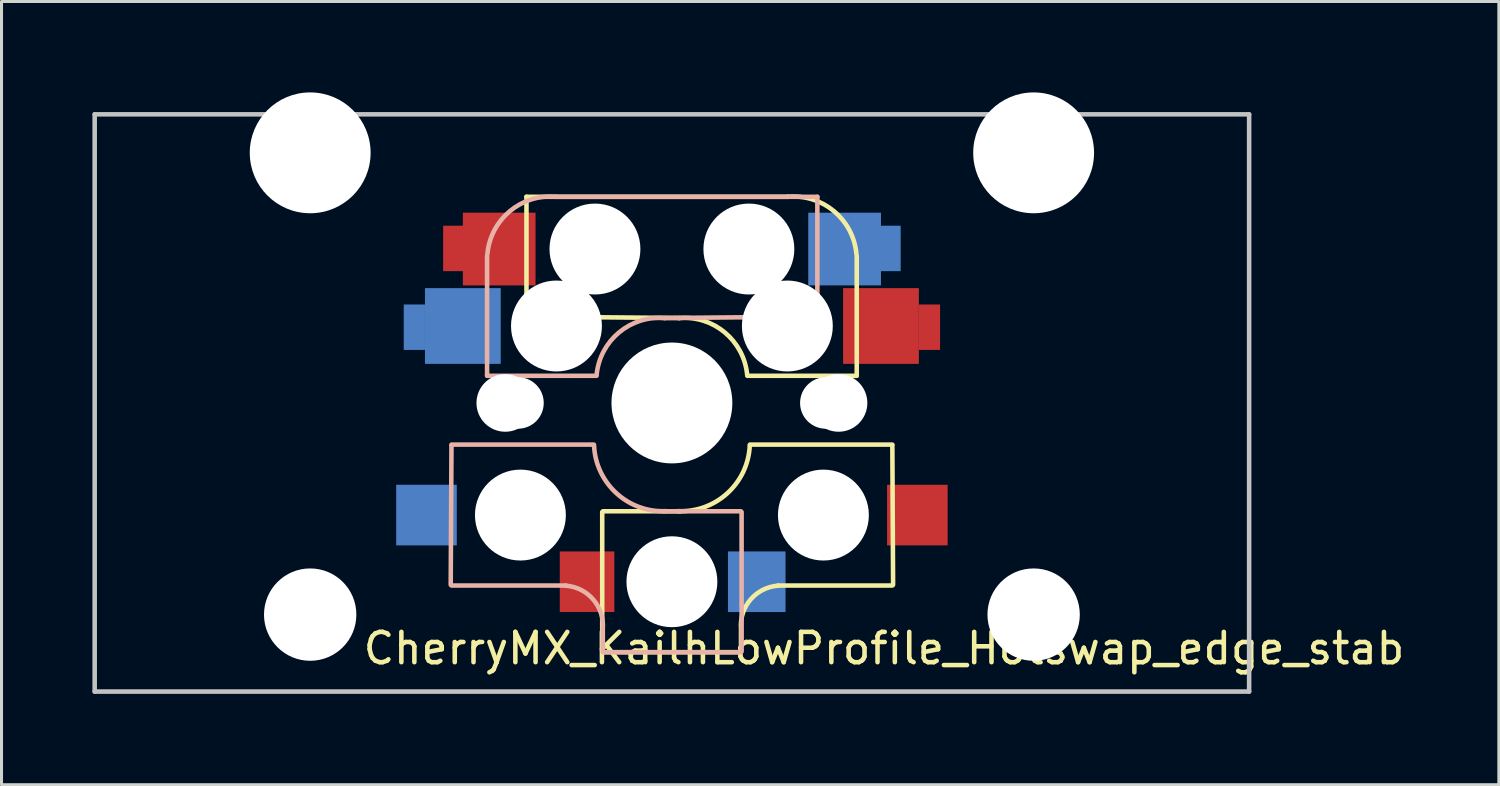
<source format=kicad_pcb>
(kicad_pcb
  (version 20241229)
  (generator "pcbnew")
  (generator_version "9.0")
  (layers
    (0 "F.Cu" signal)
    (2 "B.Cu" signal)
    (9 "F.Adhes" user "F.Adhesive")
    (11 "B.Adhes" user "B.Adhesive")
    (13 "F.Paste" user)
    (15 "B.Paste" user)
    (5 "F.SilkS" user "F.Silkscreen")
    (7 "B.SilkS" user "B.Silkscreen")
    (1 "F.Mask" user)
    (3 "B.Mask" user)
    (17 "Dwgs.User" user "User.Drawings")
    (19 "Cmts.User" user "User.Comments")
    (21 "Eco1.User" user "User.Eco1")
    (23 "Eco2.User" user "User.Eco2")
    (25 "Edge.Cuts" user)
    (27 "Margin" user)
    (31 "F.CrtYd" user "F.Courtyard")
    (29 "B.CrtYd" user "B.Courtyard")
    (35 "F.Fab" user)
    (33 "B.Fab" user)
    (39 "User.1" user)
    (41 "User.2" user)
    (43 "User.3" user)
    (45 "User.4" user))
  (footprint "CherryMX_KailhLowProfile_Hotswap_edge_stab"
    (layer "F.Cu")
    (at 19.125 10.249)
    (property "Reference" "CherryMX_KailhLowProfile_Hotswap_edge_stab" (at 7 8.1 0) (layer "F.SilkS") (effects (font (size 1 1) (thickness 0.15))))
    (attr through_hole)
    (fp_line (start -4.8 -6.804) (end 3.825 -6.804) (stroke (width 0.15) (type solid)) (layer "F.SilkS"))
    (fp_line (start -4.8 -2.896) (end -4.8 -6.804) (stroke (width 0.15) (type solid)) (layer "F.SilkS"))
    (fp_line (start -4.8 -2.85) (end 0.25 -2.804) (stroke (width 0.15) (type solid)) (layer "F.SilkS"))
    (fp_line (start -2.3 3.6) (end -2.3 8.2) (stroke (width 0.15) (type solid)) (layer "F.SilkS"))
    (fp_line (start -2.275 3.575) (end 0.275 3.575) (stroke (width 0.15) (type solid)) (layer "F.SilkS"))
    (fp_line (start -2.275 8.225) (end 2.275 8.225) (stroke (width 0.15) (type solid)) (layer "F.SilkS"))
    (fp_line (start 2.28 7.5) (end 2.28 8.2) (stroke (width 0.15) (type solid)) (layer "F.SilkS"))
    (fp_line (start 2.575 1.375) (end 7.275 1.375) (stroke (width 0.15) (type solid)) (layer "F.SilkS"))
    (fp_line (start 3.5 6.025) (end 7.275 6.025) (stroke (width 0.15) (type solid)) (layer "F.SilkS"))
    (fp_line (start 6.1 -4.85) (end 6.1 -0.905) (stroke (width 0.15) (type solid)) (layer "F.SilkS"))
    (fp_line (start 6.1 -0.896) (end 2.49 -0.896) (stroke (width 0.15) (type solid)) (layer "F.SilkS"))
    (fp_line (start 7.275 1.4) (end 7.3 6) (stroke (width 0.15) (type solid)) (layer "F.SilkS"))
    (fp_arc (start 0.225 -2.8) (mid 1.744361 -2.328062) (end 2.485001 -0.920001) (stroke (width 0.15) (type solid)) (layer "F.SilkS"))
    (fp_arc (start 2.279999 7.449999) (mid 2.595908 6.487329) (end 3.5 6.03) (stroke (width 0.15) (type solid)) (layer "F.SilkS"))
    (fp_arc (start 2.57 1.4) (mid 1.834422 2.975843) (end 0.2 3.57) (stroke (width 0.15) (type solid)) (layer "F.SilkS"))
    (fp_arc (start 3.825 -6.804) (mid 5.347189 -6.33089) (end 6.089 -4.92) (stroke (width 0.15) (type solid)) (layer "F.SilkS"))
    (fp_line (start -7.275 1.4) (end -7.3 6) (stroke (width 0.15) (type solid)) (layer "B.SilkS"))
    (fp_line (start -6.1 -4.85) (end -6.1 -0.905) (stroke (width 0.15) (type solid)) (layer "B.SilkS"))
    (fp_line (start -6.1 -0.896) (end -2.49 -0.896) (stroke (width 0.15) (type solid)) (layer "B.SilkS"))
    (fp_line (start -3.5 6.025) (end -7.275 6.025) (stroke (width 0.15) (type solid)) (layer "B.SilkS"))
    (fp_line (start -2.575 1.375) (end -7.275 1.375) (stroke (width 0.15) (type solid)) (layer "B.SilkS"))
    (fp_line (start -2.28 7.5) (end -2.28 8.2) (stroke (width 0.15) (type solid)) (layer "B.SilkS"))
    (fp_line (start 2.275 3.575) (end -0.275 3.575) (stroke (width 0.15) (type solid)) (layer "B.SilkS"))
    (fp_line (start 2.275 8.225) (end -2.275 8.225) (stroke (width 0.15) (type solid)) (layer "B.SilkS"))
    (fp_line (start 2.3 3.6) (end 2.3 8.2) (stroke (width 0.15) (type solid)) (layer "B.SilkS"))
    (fp_line (start 4.8 -6.804) (end -3.825 -6.804) (stroke (width 0.15) (type solid)) (layer "B.SilkS"))
    (fp_line (start 4.8 -2.896) (end 4.8 -6.804) (stroke (width 0.15) (type solid)) (layer "B.SilkS"))
    (fp_line (start 4.8 -2.85) (end -0.25 -2.804) (stroke (width 0.15) (type solid)) (layer "B.SilkS"))
    (fp_arc (start -6.089 -4.92) (mid -5.347189 -6.33089) (end -3.825 -6.804) (stroke (width 0.15) (type solid)) (layer "B.SilkS"))
    (fp_arc (start -3.5 6.03) (mid -2.595908 6.48733) (end -2.28 7.45) (stroke (width 0.15) (type solid)) (layer "B.SilkS"))
    (fp_arc (start -2.484999 -0.920001) (mid -1.74436 -2.328062) (end -0.225 -2.8) (stroke (width 0.15) (type solid)) (layer "B.SilkS"))
    (fp_arc (start -0.2 3.57) (mid -1.834422 2.975843) (end -2.57 1.4) (stroke (width 0.15) (type solid)) (layer "B.SilkS"))
    (fp_line (start -19.05 -9.525) (end 19.05 -9.525) (stroke (width 0.15) (type solid)) (layer "Dwgs.User"))
    (fp_line (start -19.05 9.525) (end -19.05 -9.525) (stroke (width 0.15) (type solid)) (layer "Dwgs.User"))
    (fp_line (start 19.05 -9.525) (end 19.05 9.525) (stroke (width 0.15) (type solid)) (layer "Dwgs.User"))
    (fp_line (start 19.05 9.525) (end -19.05 9.525) (stroke (width 0.15) (type solid)) (layer "Dwgs.User"))
    (fp_line (start -9 -9) (end 9 -9) (stroke (width 0.15) (type solid)) (layer "Eco2.User"))
    (fp_line (start -9 9) (end -9 -9) (stroke (width 0.15) (type solid)) (layer "Eco2.User"))
    (fp_line (start -7 -7) (end 7 -7) (stroke (width 0.15) (type solid)) (layer "Eco2.User"))
    (fp_line (start -7 7) (end -7 -7) (stroke (width 0.15) (type solid)) (layer "Eco2.User"))
    (fp_line (start 7 -7) (end 7 7) (stroke (width 0.15) (type solid)) (layer "Eco2.User"))
    (fp_line (start 7 7) (end -7 7) (stroke (width 0.15) (type solid)) (layer "Eco2.User"))
    (fp_line (start 9 -9) (end 9 9) (stroke (width 0.15) (type solid)) (layer "Eco2.User"))
    (fp_line (start 9 9) (end -9 9) (stroke (width 0.15) (type solid)) (layer "Eco2.User"))
    (pad "" np_thru_hole circle (at -11.938 -8.255) (size 3.988 3.988) (drill 3.988) (layers "*.Cu" "*.Mask"))
    (pad "" np_thru_hole circle (at -11.938 6.985) (size 3.048 3.048) (drill 3.048) (layers "*.Cu" "*.Mask"))
    (pad "" np_thru_hole circle (at -5.5 0 90) (size 1.9 1.9) (drill 1.9) (layers "*.Cu" "*.Mask"))
    (pad "" np_thru_hole circle (at -5.08 0) (size 1.7 1.7) (drill 1.7) (layers "*.Cu" "*.Mask"))
    (pad "" np_thru_hole circle (at -5 3.7 90) (size 3 3) (drill 3) (layers "*.Cu" "*.Mask"))
    (pad "" np_thru_hole circle (at -3.825 -2.58 180) (size 0.1 0.1) (drill 0.1) (layers "*.Cu" "*.Mask"))
    (pad "" np_thru_hole circle (at -3.81 -2.54 180) (size 3 3) (drill 3) (layers "*.Cu" "*.Mask"))
    (pad "" np_thru_hole circle (at -2.54 -5.08 180) (size 3 3) (drill 3) (layers "*.Cu" "*.Mask"))
    (pad "" np_thru_hole circle (at 0 0) (size 3.988 3.988) (drill 3.988) (layers "*.Cu" "*.Mask"))
    (pad "" np_thru_hole circle (at 0 5.9 90) (size 3 3) (drill 3) (layers "*.Cu" "*.Mask"))
    (pad "" np_thru_hole circle (at 2.54 -5.08 180) (size 3 3) (drill 3) (layers "*.Cu" "*.Mask"))
    (pad "" np_thru_hole circle (at 3.81 -2.54 180) (size 3 3) (drill 3) (layers "*.Cu" "*.Mask"))
    (pad "" np_thru_hole circle (at 5 3.7 270) (size 3 3) (drill 3) (layers "*.Cu" "*.Mask"))
    (pad "" np_thru_hole circle (at 5.08 0) (size 1.7 1.7) (drill 1.7) (layers "*.Cu" "*.Mask"))
    (pad "" np_thru_hole circle (at 5.5 0 90) (size 1.9 1.9) (drill 1.9) (layers "*.Cu" "*.Mask"))
    (pad "" np_thru_hole circle (at 11.938 -8.255) (size 3.988 3.988) (drill 3.988) (layers "*.Cu" "*.Mask"))
    (pad "" np_thru_hole circle (at 11.938 6.985) (size 3.048 3.048) (drill 3.048) (layers "*.Cu" "*.Mask"))
    (pad "1" smd rect (at -8.5 -2.5) (size 0.7 1.5) (layers "B.Cu" "B.Mask" "B.Paste"))
    (pad "1" smd rect (at -8.1 3.7 180) (size 2 2) (layers "B.Cu" "B.Mask" "B.Paste"))
    (pad "1" smd rect (at -7.2 -5.1) (size 0.7 1.5) (layers "F.Cu" "F.Mask" "F.Paste"))
    (pad "1" smd rect (at -6.9 -2.54 180) (size 2.5 2.5) (layers "B.Cu" "B.Mask" "B.Paste"))
    (pad "1" smd rect (at -5.7 -5.08 180) (size 2.4 2.4) (layers "F.Cu" "F.Mask" "F.Paste"))
    (pad "1" smd rect (at 8.1 3.7 180) (size 2 2) (layers "F.Cu" "F.Mask" "F.Paste"))
    (pad "2" smd rect (at -2.8 5.9 180) (size 1.8 2) (layers "F.Cu" "F.Mask" "F.Paste"))
    (pad "2" smd rect (at 2.8 5.9 180) (size 1.9 2) (layers "B.Cu" "B.Mask" "B.Paste"))
    (pad "2" smd rect (at 5.7 -5.08 180) (size 2.4 2.4) (layers "B.Cu" "B.Mask" "B.Paste"))
    (pad "2" smd rect (at 6.9 -2.54 180) (size 2.5 2.5) (layers "F.Cu" "F.Mask" "F.Paste"))
    (pad "2" smd rect (at 7.2 -5.1) (size 0.7 1.5) (layers "B.Cu" "B.Mask" "B.Paste"))
    (pad "2" smd rect (at 8.5 -2.5) (size 0.7 1.5) (layers "F.Cu" "F.Mask" "F.Paste")))
  (gr_rect
    (start -3 -3)
    (end 46.417 22.849)
    (stroke (width 0.1) (type default))
    (fill no)
    (layer "Edge.Cuts")))
</source>
